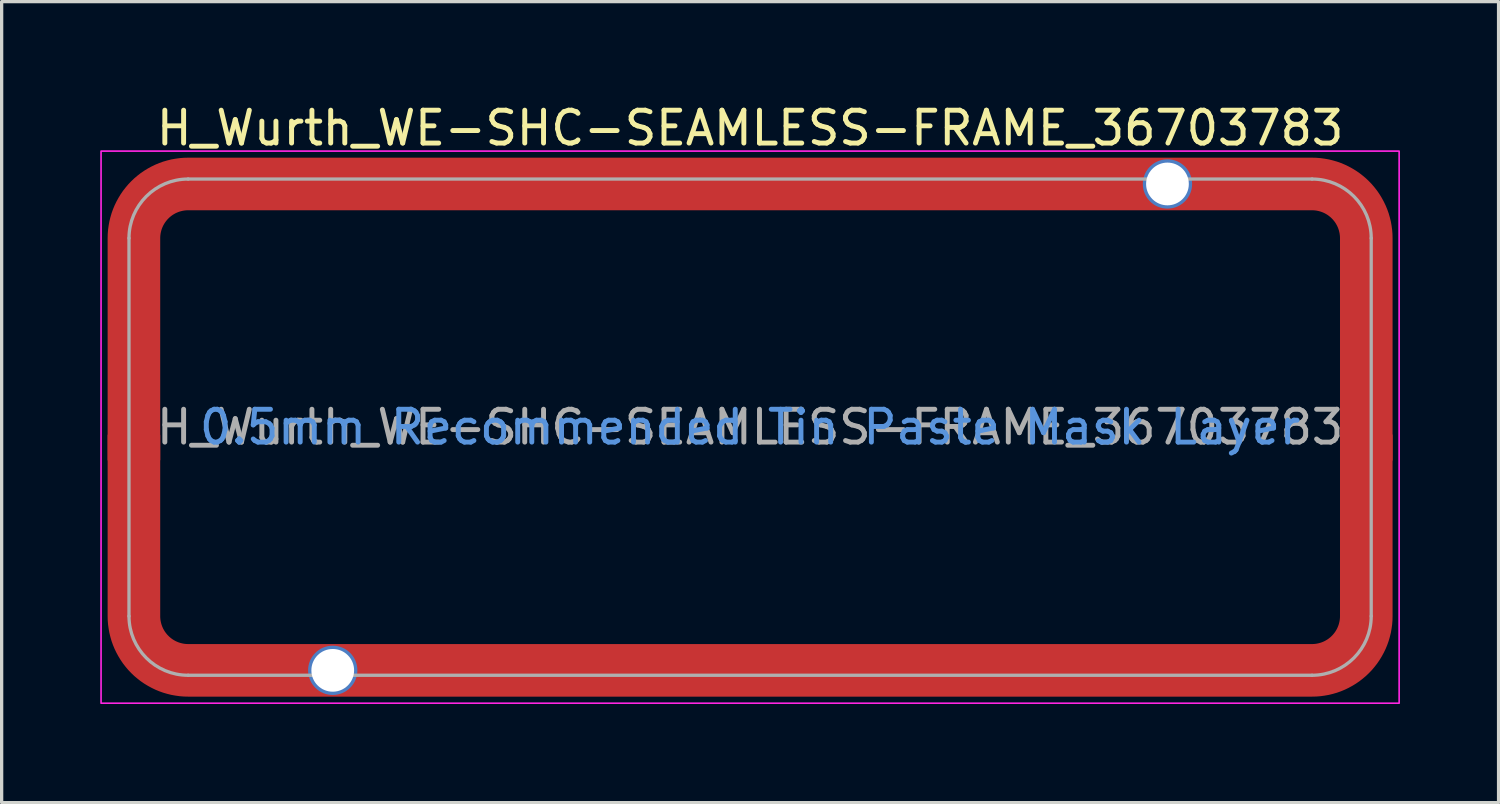
<source format=kicad_pcb>
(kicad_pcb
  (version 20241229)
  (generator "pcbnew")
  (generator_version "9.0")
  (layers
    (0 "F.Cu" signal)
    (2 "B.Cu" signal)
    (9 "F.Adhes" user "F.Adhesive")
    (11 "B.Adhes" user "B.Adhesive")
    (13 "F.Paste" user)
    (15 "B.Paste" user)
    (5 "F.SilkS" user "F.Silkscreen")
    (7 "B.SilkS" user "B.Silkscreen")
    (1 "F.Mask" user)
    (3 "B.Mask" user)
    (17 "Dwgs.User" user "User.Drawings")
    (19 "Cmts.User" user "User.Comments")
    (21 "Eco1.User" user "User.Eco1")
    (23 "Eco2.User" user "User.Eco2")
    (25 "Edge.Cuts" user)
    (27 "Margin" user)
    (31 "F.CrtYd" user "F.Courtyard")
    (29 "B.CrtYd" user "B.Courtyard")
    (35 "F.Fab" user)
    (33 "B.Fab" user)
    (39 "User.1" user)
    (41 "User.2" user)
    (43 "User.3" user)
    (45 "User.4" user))
  (footprint "H_Wurth_WE-SHC-SEAMLESS-FRAME_36703783"
    (layer "F.Cu")
    (at 19.775 9.948)
    (property "Reference" "H_Wurth_WE-SHC-SEAMLESS-FRAME_36703783" (at 0 -9.1 0) (unlocked yes) (layer "F.SilkS") (effects (font (size 1 1) (thickness 0.15))))
    (attr smd)
    (fp_poly (pts (xy 18 0.25) (xy 19.5 0.25) (xy 19.5 5.75) (xy 19.497 5.876) (xy 19.487 6.001) (xy 19.47 6.125) (xy 19.448 6.249) (xy 19.418 6.371) (xy 19.383 6.492) (xy 19.341 6.61) (xy 19.293 6.726) (xy 19.238 6.84) (xy 19.178 6.95) (xy 19.113 7.057) (xy 19.042 7.161) (xy 18.965 7.26) (xy 18.884 7.356) (xy 18.797 7.447) (xy 18.706 7.534) (xy 18.61 7.615) (xy 18.511 7.692) (xy 18.407 7.763) (xy 18.3 7.828) (xy 18.19 7.888) (xy 18.076 7.943) (xy 17.96 7.991) (xy 17.842 8.033) (xy 17.721 8.068) (xy 17.599 8.098) (xy 17.475 8.12) (xy 17.351 8.137) (xy 17.226 8.147) (xy 17.1 8.15) (xy -17.1 8.15) (xy -17.226 8.147) (xy -17.351 8.137) (xy -17.475 8.12) (xy -17.599 8.098) (xy -17.721 8.068) (xy -17.842 8.033) (xy -17.96 7.991) (xy -18.076 7.943) (xy -18.19 7.888) (xy -18.3 7.828) (xy -18.407 7.763) (xy -18.511 7.692) (xy -18.61 7.615) (xy -18.706 7.534) (xy -18.797 7.447) (xy -18.884 7.356) (xy -18.965 7.26) (xy -19.042 7.161) (xy -19.113 7.057) (xy -19.178 6.95) (xy -19.238 6.84) (xy -19.293 6.726) (xy -19.341 6.61) (xy -19.383 6.492) (xy -19.418 6.371) (xy -19.448 6.249) (xy -19.47 6.125) (xy -19.487 6.001) (xy -19.497 5.876) (xy -19.5 5.75) (xy -19.5 0.25) (xy -18 0.25) (xy -18 5.75) (xy -17.999 5.797) (xy -17.995 5.844) (xy -17.989 5.891) (xy -17.98 5.937) (xy -17.969 5.983) (xy -17.956 6.028) (xy -17.94 6.073) (xy -17.922 6.116) (xy -17.902 6.159) (xy -17.879 6.2) (xy -17.855 6.24) (xy -17.828 6.279) (xy -17.799 6.316) (xy -17.769 6.352) (xy -17.736 6.386) (xy -17.702 6.419) (xy -17.666 6.449) (xy -17.629 6.478) (xy -17.59 6.505) (xy -17.55 6.529) (xy -17.509 6.552) (xy -17.466 6.572) (xy -17.423 6.59) (xy -17.378 6.606) (xy -17.333 6.619) (xy -17.287 6.63) (xy -17.241 6.639) (xy -17.194 6.645) (xy -17.147 6.649) (xy -17.1 6.65) (xy 17.1 6.65) (xy 17.147 6.649) (xy 17.194 6.645) (xy 17.241 6.639) (xy 17.287 6.63) (xy 17.333 6.619) (xy 17.378 6.606) (xy 17.423 6.59) (xy 17.466 6.572) (xy 17.509 6.552) (xy 17.55 6.529) (xy 17.59 6.505) (xy 17.629 6.478) (xy 17.666 6.449) (xy 17.702 6.419) (xy 17.736 6.386) (xy 17.769 6.352) (xy 17.799 6.316) (xy 17.828 6.279) (xy 17.855 6.24) (xy 17.879 6.2) (xy 17.902 6.159) (xy 17.922 6.116) (xy 17.94 6.073) (xy 17.956 6.028) (xy 17.969 5.983) (xy 17.98 5.937) (xy 17.989 5.891) (xy 17.995 5.844) (xy 17.999 5.797) (xy 18 5.75) (xy 18 0.25)) (stroke (width 0.1) (type solid)) (fill yes) (layer "F.Cu"))
    (fp_poly (pts (xy 18 0.25) (xy 19.5 0.25) (xy 19.5 5.75) (xy 19.497 5.876) (xy 19.487 6.001) (xy 19.47 6.125) (xy 19.448 6.249) (xy 19.418 6.371) (xy 19.383 6.492) (xy 19.341 6.61) (xy 19.293 6.726) (xy 19.238 6.84) (xy 19.178 6.95) (xy 19.113 7.057) (xy 19.042 7.161) (xy 18.965 7.26) (xy 18.884 7.356) (xy 18.797 7.447) (xy 18.706 7.534) (xy 18.61 7.615) (xy 18.511 7.692) (xy 18.407 7.763) (xy 18.3 7.828) (xy 18.19 7.888) (xy 18.076 7.943) (xy 17.96 7.991) (xy 17.842 8.033) (xy 17.721 8.068) (xy 17.599 8.098) (xy 17.475 8.12) (xy 17.351 8.137) (xy 17.226 8.147) (xy 17.1 8.15) (xy -17.1 8.15) (xy -17.226 8.147) (xy -17.351 8.137) (xy -17.475 8.12) (xy -17.599 8.098) (xy -17.721 8.068) (xy -17.842 8.033) (xy -17.96 7.991) (xy -18.076 7.943) (xy -18.19 7.888) (xy -18.3 7.828) (xy -18.407 7.763) (xy -18.511 7.692) (xy -18.61 7.615) (xy -18.706 7.534) (xy -18.797 7.447) (xy -18.884 7.356) (xy -18.965 7.26) (xy -19.042 7.161) (xy -19.113 7.057) (xy -19.178 6.95) (xy -19.238 6.84) (xy -19.293 6.726) (xy -19.341 6.61) (xy -19.383 6.492) (xy -19.418 6.371) (xy -19.448 6.249) (xy -19.47 6.125) (xy -19.487 6.001) (xy -19.497 5.876) (xy -19.5 5.75) (xy -19.5 0.25) (xy -18 0.25) (xy -18 5.75) (xy -17.999 5.797) (xy -17.995 5.844) (xy -17.989 5.891) (xy -17.98 5.937) (xy -17.969 5.983) (xy -17.956 6.028) (xy -17.94 6.073) (xy -17.922 6.116) (xy -17.902 6.159) (xy -17.879 6.2) (xy -17.855 6.24) (xy -17.828 6.279) (xy -17.799 6.316) (xy -17.769 6.352) (xy -17.736 6.386) (xy -17.702 6.419) (xy -17.666 6.449) (xy -17.629 6.478) (xy -17.59 6.505) (xy -17.55 6.529) (xy -17.509 6.552) (xy -17.466 6.572) (xy -17.423 6.59) (xy -17.378 6.606) (xy -17.333 6.619) (xy -17.287 6.63) (xy -17.241 6.639) (xy -17.194 6.645) (xy -17.147 6.649) (xy -17.1 6.65) (xy 17.1 6.65) (xy 17.147 6.649) (xy 17.194 6.645) (xy 17.241 6.639) (xy 17.287 6.63) (xy 17.333 6.619) (xy 17.378 6.606) (xy 17.423 6.59) (xy 17.466 6.572) (xy 17.509 6.552) (xy 17.55 6.529) (xy 17.59 6.505) (xy 17.629 6.478) (xy 17.666 6.449) (xy 17.702 6.419) (xy 17.736 6.386) (xy 17.769 6.352) (xy 17.799 6.316) (xy 17.828 6.279) (xy 17.855 6.24) (xy 17.879 6.2) (xy 17.902 6.159) (xy 17.922 6.116) (xy 17.94 6.073) (xy 17.956 6.028) (xy 17.969 5.983) (xy 17.98 5.937) (xy 17.989 5.891) (xy 17.995 5.844) (xy 17.999 5.797) (xy 18 5.75) (xy 18 0.25)) (stroke (width 0.1) (type solid)) (fill yes) (layer "F.Mask"))
    (fp_poly (pts (xy 18 0.25) (xy 19.5 0.25) (xy 19.5 5.75) (xy 19.497 5.876) (xy 19.487 6.001) (xy 19.47 6.125) (xy 19.448 6.249) (xy 19.418 6.371) (xy 19.383 6.492) (xy 19.341 6.61) (xy 19.293 6.726) (xy 19.238 6.84) (xy 19.178 6.95) (xy 19.113 7.057) (xy 19.042 7.161) (xy 18.965 7.26) (xy 18.884 7.356) (xy 18.797 7.447) (xy 18.706 7.534) (xy 18.61 7.615) (xy 18.511 7.692) (xy 18.407 7.763) (xy 18.3 7.828) (xy 18.19 7.888) (xy 18.076 7.943) (xy 17.96 7.991) (xy 17.842 8.033) (xy 17.721 8.068) (xy 17.599 8.098) (xy 17.475 8.12) (xy 17.351 8.137) (xy 17.226 8.147) (xy 17.1 8.15) (xy -17.1 8.15) (xy -17.226 8.147) (xy -17.351 8.137) (xy -17.475 8.12) (xy -17.599 8.098) (xy -17.721 8.068) (xy -17.842 8.033) (xy -17.96 7.991) (xy -18.076 7.943) (xy -18.19 7.888) (xy -18.3 7.828) (xy -18.407 7.763) (xy -18.511 7.692) (xy -18.61 7.615) (xy -18.706 7.534) (xy -18.797 7.447) (xy -18.884 7.356) (xy -18.965 7.26) (xy -19.042 7.161) (xy -19.113 7.057) (xy -19.178 6.95) (xy -19.238 6.84) (xy -19.293 6.726) (xy -19.341 6.61) (xy -19.383 6.492) (xy -19.418 6.371) (xy -19.448 6.249) (xy -19.47 6.125) (xy -19.487 6.001) (xy -19.497 5.876) (xy -19.5 5.75) (xy -19.5 0.25) (xy -18 0.25) (xy -18 5.75) (xy -17.999 5.797) (xy -17.995 5.844) (xy -17.989 5.891) (xy -17.98 5.937) (xy -17.969 5.983) (xy -17.956 6.028) (xy -17.94 6.073) (xy -17.922 6.116) (xy -17.902 6.159) (xy -17.879 6.2) (xy -17.855 6.24) (xy -17.828 6.279) (xy -17.799 6.316) (xy -17.769 6.352) (xy -17.736 6.386) (xy -17.702 6.419) (xy -17.666 6.449) (xy -17.629 6.478) (xy -17.59 6.505) (xy -17.55 6.529) (xy -17.509 6.552) (xy -17.466 6.572) (xy -17.423 6.59) (xy -17.378 6.606) (xy -17.333 6.619) (xy -17.287 6.63) (xy -17.241 6.639) (xy -17.194 6.645) (xy -17.147 6.649) (xy -17.1 6.65) (xy 17.1 6.65) (xy 17.147 6.649) (xy 17.194 6.645) (xy 17.241 6.639) (xy 17.287 6.63) (xy 17.333 6.619) (xy 17.378 6.606) (xy 17.423 6.59) (xy 17.466 6.572) (xy 17.509 6.552) (xy 17.55 6.529) (xy 17.59 6.505) (xy 17.629 6.478) (xy 17.666 6.449) (xy 17.702 6.419) (xy 17.736 6.386) (xy 17.769 6.352) (xy 17.799 6.316) (xy 17.828 6.279) (xy 17.855 6.24) (xy 17.879 6.2) (xy 17.902 6.159) (xy 17.922 6.116) (xy 17.94 6.073) (xy 17.956 6.028) (xy 17.969 5.983) (xy 17.98 5.937) (xy 17.989 5.891) (xy 17.995 5.844) (xy 17.999 5.797) (xy 18 5.75) (xy 18 0.25)) (stroke (width 0.1) (type solid)) (fill yes) (layer "F.Paste"))
    (fp_rect (start -19.75 -8.4) (end 19.75 8.4) (stroke (width 0.05) (type solid)) (fill no) (layer "F.CrtYd"))
    (fp_line (start -18.9 5.75) (end -18.9 -5.75) (stroke (width 0.1) (type solid)) (layer "F.Fab"))
    (fp_line (start -17.1 -7.55) (end 17.1 -7.55) (stroke (width 0.1) (type solid)) (layer "F.Fab"))
    (fp_line (start -17.1 7.55) (end 17.1 7.55) (stroke (width 0.1) (type solid)) (layer "F.Fab"))
    (fp_line (start 18.9 5.75) (end 18.9 -5.75) (stroke (width 0.1) (type solid)) (layer "F.Fab"))
    (fp_arc (start -18.9 -5.75) (mid -18.372792 -7.022792) (end -17.1 -7.55) (stroke (width 0.1) (type solid)) (layer "F.Fab"))
    (fp_arc (start -17.1 7.55) (mid -18.372792 7.022792) (end -18.9 5.75) (stroke (width 0.1) (type solid)) (layer "F.Fab"))
    (fp_arc (start 17.1 -7.55) (mid 18.372792 -7.022792) (end 18.9 -5.75) (stroke (width 0.1) (type solid)) (layer "F.Fab"))
    (fp_arc (start 18.9 5.75) (mid 18.372792 7.022792) (end 17.1 7.55) (stroke (width 0.1) (type solid)) (layer "F.Fab"))
    (fp_text user "0.5mm Recommended Tin Paste Mask Layer" (at 0 0 0) (unlocked yes) (layer "Cmts.User") (effects (font (size 1 1) (thickness 0.15))))
    (fp_text user "${REFERENCE}" (at 0 0 0) (unlocked yes) (layer "F.Fab") (effects (font (size 1 1) (thickness 0.15))))
    (pad "1" thru_hole circle (at -12.7 7.4) (size 1.5 1.5) (drill 1.3) (layers "*.Cu" "*.Mask"))
    (pad "1" thru_hole circle (at 12.7 -7.4) (size 1.5 1.5) (drill 1.3) (layers "*.Cu" "*.Mask"))
    (pad "1" smd custom (at 18.75 0) (size 1.5 0.1) (layers "F.Cu" "F.Mask" "F.Paste") (options (anchor rect)) (primitives (gr_poly (pts (xy -36.75 1) (xy -38.25 1) (xy -38.25 -5.75) (xy -38.247 -5.876) (xy -38.237 -6.001) (xy -38.22 -6.125) (xy -38.198 -6.249) (xy -38.168 -6.371) (xy -38.133 -6.492) (xy -38.091 -6.61) (xy -38.043 -6.726) (xy -37.988 -6.84) (xy -37.928 -6.95) (xy -37.863 -7.057) (xy -37.792 -7.161) (xy -37.715 -7.26) (xy -37.634 -7.356) (xy -37.547 -7.447) (xy -37.456 -7.534) (xy -37.36 -7.615) (xy -37.261 -7.692) (xy -37.157 -7.763) (xy -37.05 -7.828) (xy -36.94 -7.888) (xy -36.826 -7.943) (xy -36.71 -7.991) (xy -36.592 -8.033) (xy -36.471 -8.068) (xy -36.349 -8.098) (xy -36.225 -8.12) (xy -36.101 -8.137) (xy -35.976 -8.147) (xy -35.85 -8.15) (xy -1.65 -8.15) (xy -1.524 -8.147) (xy -1.399 -8.137) (xy -1.275 -8.12) (xy -1.151 -8.098) (xy -1.029 -8.068) (xy -0.908 -8.033) (xy -0.79 -7.991) (xy -0.674 -7.943) (xy -0.56 -7.888) (xy -0.45 -7.828) (xy -0.343 -7.763) (xy -0.239 -7.692) (xy -0.14 -7.615) (xy -0.044 -7.534) (xy 0.047 -7.447) (xy 0.134 -7.356) (xy 0.215 -7.26) (xy 0.292 -7.161) (xy 0.363 -7.057) (xy 0.428 -6.95) (xy 0.488 -6.84) (xy 0.543 -6.726) (xy 0.591 -6.61) (xy 0.633 -6.492) (xy 0.668 -6.371) (xy 0.698 -6.249) (xy 0.72 -6.125) (xy 0.737 -6.001) (xy 0.747 -5.876) (xy 0.75 -5.75) (xy 0.75 1) (xy -0.75 1) (xy -0.75 -5.75) (xy -0.751 -5.797) (xy -0.755 -5.844) (xy -0.761 -5.891) (xy -0.77 -5.937) (xy -0.781 -5.983) (xy -0.794 -6.028) (xy -0.81 -6.073) (xy -0.828 -6.116) (xy -0.848 -6.159) (xy -0.871 -6.2) (xy -0.895 -6.24) (xy -0.922 -6.279) (xy -0.951 -6.316) (xy -0.981 -6.352) (xy -1.014 -6.386) (xy -1.048 -6.419) (xy -1.084 -6.449) (xy -1.121 -6.478) (xy -1.16 -6.505) (xy -1.2 -6.529) (xy -1.241 -6.552) (xy -1.284 -6.572) (xy -1.327 -6.59) (xy -1.372 -6.606) (xy -1.417 -6.619) (xy -1.463 -6.63) (xy -1.509 -6.639) (xy -1.556 -6.645) (xy -1.603 -6.649) (xy -1.65 -6.65) (xy -35.85 -6.65) (xy -35.897 -6.649) (xy -35.944 -6.645) (xy -35.991 -6.639) (xy -36.037 -6.63) (xy -36.083 -6.619) (xy -36.128 -6.606) (xy -36.173 -6.59) (xy -36.216 -6.572) (xy -36.259 -6.552) (xy -36.3 -6.529) (xy -36.34 -6.505) (xy -36.379 -6.478) (xy -36.416 -6.449) (xy -36.452 -6.419) (xy -36.486 -6.386) (xy -36.519 -6.352) (xy -36.549 -6.316) (xy -36.578 -6.279) (xy -36.605 -6.24) (xy -36.629 -6.2) (xy -36.652 -6.159) (xy -36.672 -6.116) (xy -36.69 -6.073) (xy -36.706 -6.028) (xy -36.719 -5.983) (xy -36.73 -5.937) (xy -36.739 -5.891) (xy -36.745 -5.844) (xy -36.749 -5.797) (xy -36.75 -5.75) (xy -36.75 1)) (width 0.1) (fill yes)))))
  (gr_rect
    (start -3 -3)
    (end 42.55 21.373)
    (stroke (width 0.1) (type default))
    (fill no)
    (layer "Edge.Cuts")))
</source>
